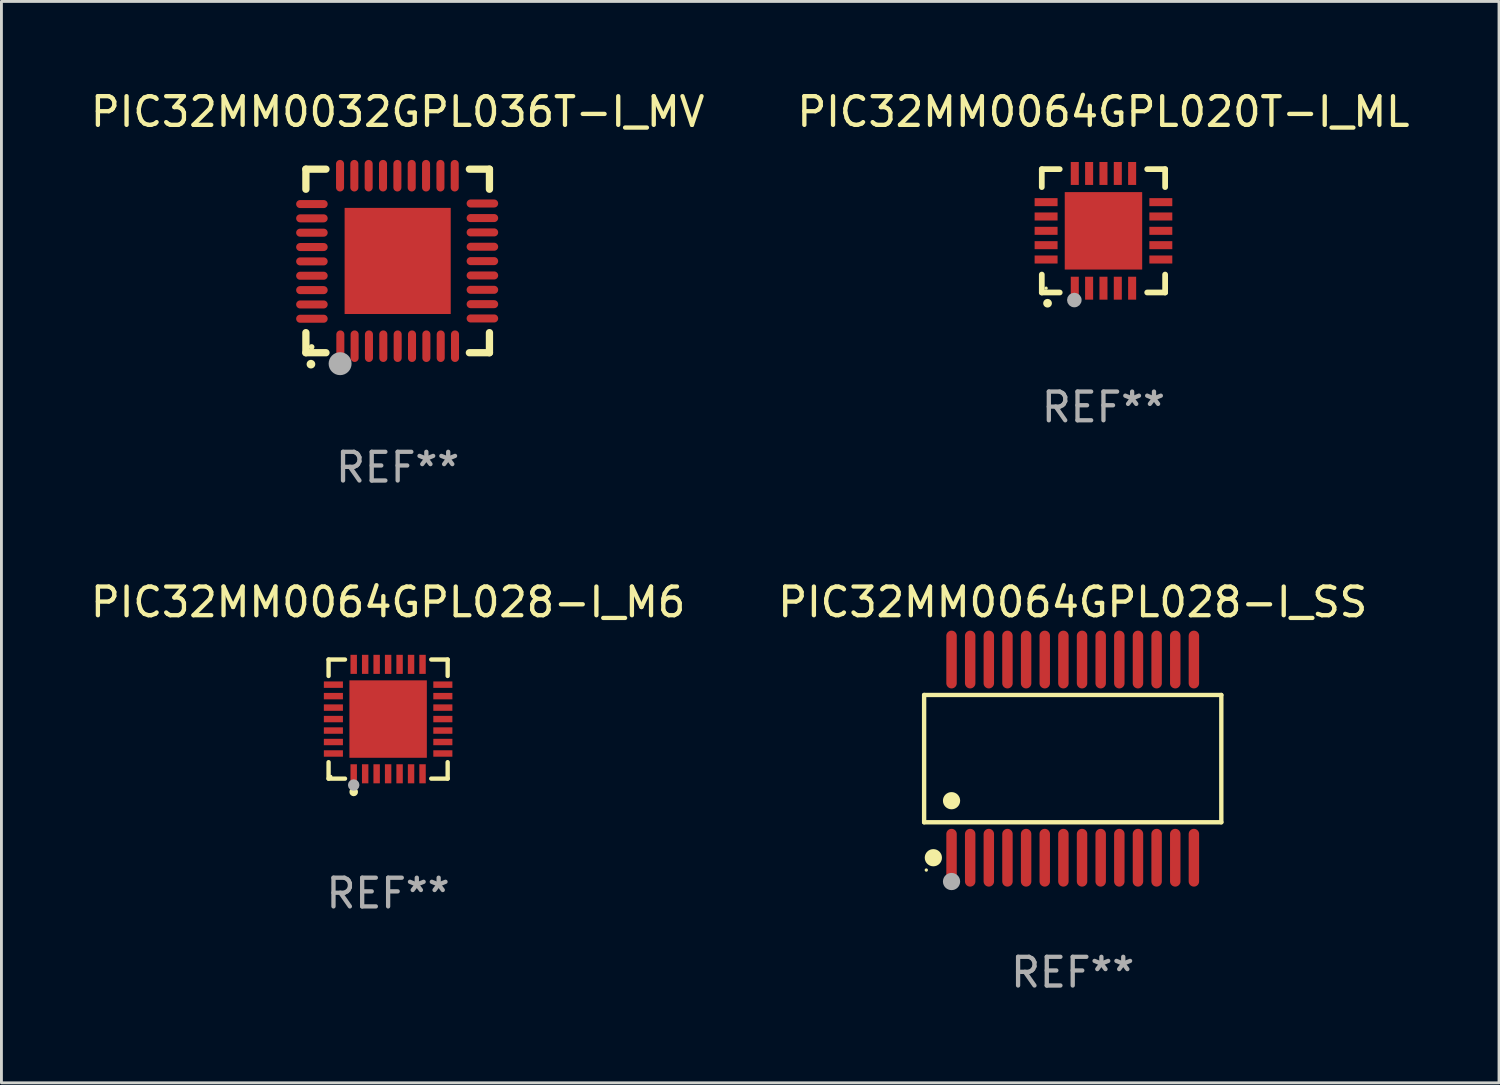
<source format=kicad_pcb>
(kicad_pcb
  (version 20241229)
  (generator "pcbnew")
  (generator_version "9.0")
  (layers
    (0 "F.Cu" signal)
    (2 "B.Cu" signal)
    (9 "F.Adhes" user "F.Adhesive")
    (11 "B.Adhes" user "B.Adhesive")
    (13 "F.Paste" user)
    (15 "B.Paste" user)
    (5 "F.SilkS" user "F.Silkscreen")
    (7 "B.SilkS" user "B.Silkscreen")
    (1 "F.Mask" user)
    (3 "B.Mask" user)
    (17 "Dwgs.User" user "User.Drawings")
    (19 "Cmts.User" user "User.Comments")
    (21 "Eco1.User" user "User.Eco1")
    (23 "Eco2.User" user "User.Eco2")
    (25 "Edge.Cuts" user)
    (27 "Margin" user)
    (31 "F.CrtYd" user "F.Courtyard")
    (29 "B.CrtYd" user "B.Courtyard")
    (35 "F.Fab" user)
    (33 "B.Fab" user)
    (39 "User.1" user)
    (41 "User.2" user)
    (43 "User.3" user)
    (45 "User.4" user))
  (footprint "PIC32MM0032GPL036T-I_MV"
    (layer "F.Cu")
    (at 10.815 6.048)
    (property "Reference" "PIC32MM0032GPL036T-I_MV" (at 0 -5.2 0) (layer "F.SilkS") (effects (font (size 1 1) (thickness 0.15))))
    (attr through_hole)
    (fp_line (start -3.2 -3.2) (end -2.5 -3.2) (stroke (width 0.254) (type solid)) (layer "F.SilkS"))
    (fp_line (start -3.2 -2.5) (end -3.2 -3.2) (stroke (width 0.254) (type solid)) (layer "F.SilkS"))
    (fp_line (start -3.2 3.2) (end -3.2 2.5) (stroke (width 0.254) (type solid)) (layer "F.SilkS"))
    (fp_line (start -2.5 3.2) (end -3.2 3.2) (stroke (width 0.254) (type solid)) (layer "F.SilkS"))
    (fp_line (start 3.2 -3.2) (end 2.5 -3.2) (stroke (width 0.254) (type solid)) (layer "F.SilkS"))
    (fp_line (start 3.2 -2.5) (end 3.2 -3.2) (stroke (width 0.254) (type solid)) (layer "F.SilkS"))
    (fp_line (start 3.2 2.5) (end 3.2 3.2) (stroke (width 0.254) (type solid)) (layer "F.SilkS"))
    (fp_line (start 3.2 3.2) (end 2.5 3.2) (stroke (width 0.254) (type solid)) (layer "F.SilkS"))
    (fp_arc (start -3.025146 3.599187) (mid -3.023876 3.599182) (end -3.022606 3.599187) (stroke (width 0.3) (type solid)) (layer "F.SilkS"))
    (fp_circle (center -3 3) (end -2.95 3) (stroke (width 0.1) (type solid)) (fill no) (layer "F.SilkS"))
    (fp_circle (center -2.007 3.582) (end -1.807 3.582) (stroke (width 0.4) (type solid)) (fill no) (layer "F.Fab"))
    (fp_text user "REF**" (at 0 7.2 0) (layer "F.Fab") (effects (font (size 1 1) (thickness 0.15))))
    (pad "1" smd oval (at -1.999 2.972) (size 0.28 1.1) (layers "F.Cu" "F.Mask" "F.Paste"))
    (pad "2" smd oval (at -1.501 2.972) (size 0.28 1.1) (layers "F.Cu" "F.Mask" "F.Paste"))
    (pad "3" smd oval (at -1.001 2.972) (size 0.28 1.1) (layers "F.Cu" "F.Mask" "F.Paste"))
    (pad "4" smd oval (at -0.501 2.972) (size 0.28 1.1) (layers "F.Cu" "F.Mask" "F.Paste"))
    (pad "5" smd oval (at 0.000102 2.972) (size 0.28 1.1) (layers "F.Cu" "F.Mask" "F.Paste"))
    (pad "6" smd oval (at 0.5 2.972) (size 0.28 1.1) (layers "F.Cu" "F.Mask" "F.Paste"))
    (pad "7" smd oval (at 1.001 2.972) (size 0.28 1.1) (layers "F.Cu" "F.Mask" "F.Paste"))
    (pad "8" smd oval (at 1.501 2.972) (size 0.28 1.1) (layers "F.Cu" "F.Mask" "F.Paste"))
    (pad "9" smd oval (at 1.999 2.972) (size 0.28 1.1) (layers "F.Cu" "F.Mask" "F.Paste"))
    (pad "10" smd oval (at 2.954 2.005) (size 1.1 0.28) (layers "F.Cu" "F.Mask" "F.Paste"))
    (pad "11" smd oval (at 2.954 1.507) (size 1.1 0.28) (layers "F.Cu" "F.Mask" "F.Paste"))
    (pad "12" smd oval (at 2.954 1.006) (size 1.1 0.28) (layers "F.Cu" "F.Mask" "F.Paste"))
    (pad "13" smd oval (at 2.954 0.506) (size 1.1 0.28) (layers "F.Cu" "F.Mask" "F.Paste"))
    (pad "14" smd oval (at 2.954 0.006) (size 1.1 0.28) (layers "F.Cu" "F.Mask" "F.Paste"))
    (pad "15" smd oval (at 2.954 -0.495) (size 1.1 0.28) (layers "F.Cu" "F.Mask" "F.Paste"))
    (pad "16" smd oval (at 2.954 -0.995) (size 1.1 0.28) (layers "F.Cu" "F.Mask" "F.Paste"))
    (pad "17" smd oval (at 2.954 -1.495) (size 1.1 0.28) (layers "F.Cu" "F.Mask" "F.Paste"))
    (pad "18" smd oval (at 2.954 -2.003) (size 1.1 0.28) (layers "F.Cu" "F.Mask" "F.Paste"))
    (pad "19" smd oval (at 1.989 -2.972) (size 0.28 1.1) (layers "F.Cu" "F.Mask" "F.Paste"))
    (pad "20" smd oval (at 1.491 -2.972) (size 0.28 1.1) (layers "F.Cu" "F.Mask" "F.Paste"))
    (pad "21" smd oval (at 0.99 -2.972) (size 0.28 1.1) (layers "F.Cu" "F.Mask" "F.Paste"))
    (pad "22" smd oval (at 0.49 -2.972) (size 0.28 1.1) (layers "F.Cu" "F.Mask" "F.Paste"))
    (pad "23" smd oval (at -0.01 -2.972) (size 0.28 1.1) (layers "F.Cu" "F.Mask" "F.Paste"))
    (pad "24" smd oval (at -0.511 -2.972) (size 0.28 1.1) (layers "F.Cu" "F.Mask" "F.Paste"))
    (pad "25" smd oval (at -1.011 -2.972) (size 0.28 1.1) (layers "F.Cu" "F.Mask" "F.Paste"))
    (pad "26" smd oval (at -1.511 -2.972) (size 0.28 1.1) (layers "F.Cu" "F.Mask" "F.Paste"))
    (pad "27" smd oval (at -2.009 -2.972) (size 0.28 1.1) (layers "F.Cu" "F.Mask" "F.Paste"))
    (pad "28" smd oval (at -2.99 -1.983) (size 1.1 0.28) (layers "F.Cu" "F.Mask" "F.Paste"))
    (pad "29" smd oval (at -2.99 -1.485) (size 1.1 0.28) (layers "F.Cu" "F.Mask" "F.Paste"))
    (pad "30" smd oval (at -2.99 -0.985) (size 1.1 0.28) (layers "F.Cu" "F.Mask" "F.Paste"))
    (pad "31" smd oval (at -2.99 -0.485) (size 1.1 0.28) (layers "F.Cu" "F.Mask" "F.Paste"))
    (pad "32" smd oval (at -2.99 0.016) (size 1.1 0.28) (layers "F.Cu" "F.Mask" "F.Paste"))
    (pad "33" smd oval (at -2.99 0.516) (size 1.1 0.28) (layers "F.Cu" "F.Mask" "F.Paste"))
    (pad "34" smd oval (at -2.99 1.017) (size 1.1 0.28) (layers "F.Cu" "F.Mask" "F.Paste"))
    (pad "35" smd oval (at -2.99 1.517) (size 1.1 0.28) (layers "F.Cu" "F.Mask" "F.Paste"))
    (pad "36" smd oval (at -2.99 2.015) (size 1.1 0.28) (layers "F.Cu" "F.Mask" "F.Paste"))
    (pad "37" smd rect (at 0.000102 0.000102) (size 3.7 3.7) (layers "F.Cu" "F.Mask" "F.Paste")))
  (footprint "PIC32MM0064GPL028-I_SS"
    (layer "F.Cu")
    (at 34.351 23.4)
    (property "Reference" "PIC32MM0064GPL028-I_SS" (at 0 -5.455 0) (layer "F.SilkS") (effects (font (size 1 1) (thickness 0.15))))
    (attr through_hole)
    (fp_line (start -5.181 -2.219) (end 5.181 -2.219) (stroke (width 0.152) (type solid)) (layer "F.SilkS"))
    (fp_line (start -5.181 2.219) (end -5.181 -2.219) (stroke (width 0.152) (type solid)) (layer "F.SilkS"))
    (fp_line (start 5.181 -2.219) (end 5.181 2.219) (stroke (width 0.152) (type solid)) (layer "F.SilkS"))
    (fp_line (start 5.181 2.219) (end -5.181 2.219) (stroke (width 0.152) (type solid)) (layer "F.SilkS"))
    (fp_circle (center -5.105 3.885) (end -5.075 3.885) (stroke (width 0.06) (type solid)) (fill no) (layer "F.SilkS"))
    (fp_circle (center -4.859 3.455) (end -4.709 3.455) (stroke (width 0.3) (type solid)) (fill no) (layer "F.SilkS"))
    (fp_circle (center -4.225 1.467) (end -4.075 1.467) (stroke (width 0.3) (type solid)) (fill no) (layer "F.SilkS"))
    (fp_circle (center -4.225 4.285) (end -4.075 4.285) (stroke (width 0.3) (type solid)) (fill no) (layer "F.Fab"))
    (fp_text user "REF**" (at 0 7.455 0) (layer "F.Fab") (effects (font (size 1 1) (thickness 0.15))))
    (pad "1" smd oval (at -4.225 3.455) (size 0.364 2.015) (layers "F.Cu" "F.Mask" "F.Paste"))
    (pad "2" smd oval (at -3.575 3.455) (size 0.364 2.015) (layers "F.Cu" "F.Mask" "F.Paste"))
    (pad "3" smd oval (at -2.925 3.455) (size 0.364 2.015) (layers "F.Cu" "F.Mask" "F.Paste"))
    (pad "4" smd oval (at -2.275 3.455) (size 0.364 2.015) (layers "F.Cu" "F.Mask" "F.Paste"))
    (pad "5" smd oval (at -1.625 3.455) (size 0.364 2.015) (layers "F.Cu" "F.Mask" "F.Paste"))
    (pad "6" smd oval (at -0.975 3.455) (size 0.364 2.015) (layers "F.Cu" "F.Mask" "F.Paste"))
    (pad "7" smd oval (at -0.325 3.455) (size 0.364 2.015) (layers "F.Cu" "F.Mask" "F.Paste"))
    (pad "8" smd oval (at 0.325 3.455) (size 0.364 2.015) (layers "F.Cu" "F.Mask" "F.Paste"))
    (pad "9" smd oval (at 0.975 3.455) (size 0.364 2.015) (layers "F.Cu" "F.Mask" "F.Paste"))
    (pad "10" smd oval (at 1.625 3.455) (size 0.364 2.015) (layers "F.Cu" "F.Mask" "F.Paste"))
    (pad "11" smd oval (at 2.275 3.455) (size 0.364 2.015) (layers "F.Cu" "F.Mask" "F.Paste"))
    (pad "12" smd oval (at 2.925 3.455) (size 0.364 2.015) (layers "F.Cu" "F.Mask" "F.Paste"))
    (pad "13" smd oval (at 3.575 3.455) (size 0.364 2.015) (layers "F.Cu" "F.Mask" "F.Paste"))
    (pad "14" smd oval (at 4.225 3.455) (size 0.364 2.015) (layers "F.Cu" "F.Mask" "F.Paste"))
    (pad "15" smd oval (at 4.225 -3.455) (size 0.364 2.015) (layers "F.Cu" "F.Mask" "F.Paste"))
    (pad "16" smd oval (at 3.575 -3.455) (size 0.364 2.015) (layers "F.Cu" "F.Mask" "F.Paste"))
    (pad "17" smd oval (at 2.925 -3.455) (size 0.364 2.015) (layers "F.Cu" "F.Mask" "F.Paste"))
    (pad "18" smd oval (at 2.275 -3.455) (size 0.364 2.015) (layers "F.Cu" "F.Mask" "F.Paste"))
    (pad "19" smd oval (at 1.625 -3.455) (size 0.364 2.015) (layers "F.Cu" "F.Mask" "F.Paste"))
    (pad "20" smd oval (at 0.975 -3.455) (size 0.364 2.015) (layers "F.Cu" "F.Mask" "F.Paste"))
    (pad "21" smd oval (at 0.325 -3.455) (size 0.364 2.015) (layers "F.Cu" "F.Mask" "F.Paste"))
    (pad "22" smd oval (at -0.325 -3.455) (size 0.364 2.015) (layers "F.Cu" "F.Mask" "F.Paste"))
    (pad "23" smd oval (at -0.975 -3.455) (size 0.364 2.015) (layers "F.Cu" "F.Mask" "F.Paste"))
    (pad "24" smd oval (at -1.625 -3.455) (size 0.364 2.015) (layers "F.Cu" "F.Mask" "F.Paste"))
    (pad "25" smd oval (at -2.275 -3.455) (size 0.364 2.015) (layers "F.Cu" "F.Mask" "F.Paste"))
    (pad "26" smd oval (at -2.925 -3.455) (size 0.364 2.015) (layers "F.Cu" "F.Mask" "F.Paste"))
    (pad "27" smd oval (at -3.575 -3.455) (size 0.364 2.015) (layers "F.Cu" "F.Mask" "F.Paste"))
    (pad "28" smd oval (at -4.225 -3.455) (size 0.364 2.015) (layers "F.Cu" "F.Mask" "F.Paste")))
  (footprint "PIC32MM0064GPL020T-I_ML"
    (layer "F.Cu")
    (at 35.423 4.998)
    (property "Reference" "PIC32MM0064GPL020T-I_ML" (at 0 -4.15 0) (layer "F.SilkS") (effects (font (size 1 1) (thickness 0.15))))
    (attr through_hole)
    (fp_line (start -2.15 -2.15) (end -2.15 -1.525) (stroke (width 0.2) (type solid)) (layer "F.SilkS"))
    (fp_line (start -2.15 2.15) (end -2.15 1.525) (stroke (width 0.2) (type solid)) (layer "F.SilkS"))
    (fp_line (start -1.525 -2.15) (end -2.15 -2.15) (stroke (width 0.2) (type solid)) (layer "F.SilkS"))
    (fp_line (start -1.525 2.15) (end -2.15 2.15) (stroke (width 0.2) (type solid)) (layer "F.SilkS"))
    (fp_line (start 1.525 2.15) (end 2.15 2.15) (stroke (width 0.2) (type solid)) (layer "F.SilkS"))
    (fp_line (start 2.15 -2.15) (end 1.525 -2.15) (stroke (width 0.2) (type solid)) (layer "F.SilkS"))
    (fp_line (start 2.15 -1.525) (end 2.15 -2.15) (stroke (width 0.2) (type solid)) (layer "F.SilkS"))
    (fp_line (start 2.15 2.15) (end 2.15 1.525) (stroke (width 0.2) (type solid)) (layer "F.SilkS"))
    (fp_arc (start -1.950724 2.524765) (mid -1.949454 2.52476) (end -1.948184 2.524765) (stroke (width 0.3) (type solid)) (layer "F.SilkS"))
    (fp_circle (center -2 2) (end -1.97 2) (stroke (width 0.06) (type solid)) (fill no) (layer "F.SilkS"))
    (fp_circle (center -1.016 2.413) (end -0.889 2.413) (stroke (width 0.254) (type solid)) (fill no) (layer "F.Fab"))
    (fp_text user "REF**" (at 0 6.15 0) (layer "F.Fab") (effects (font (size 1 1) (thickness 0.15))))
    (pad "1" smd rect (at -1 2) (size 0.28 0.8) (layers "F.Cu" "F.Mask" "F.Paste"))
    (pad "2" smd rect (at -0.5 2) (size 0.28 0.8) (layers "F.Cu" "F.Mask" "F.Paste"))
    (pad "3" smd rect (at 0 2) (size 0.28 0.8) (layers "F.Cu" "F.Mask" "F.Paste"))
    (pad "4" smd rect (at 0.5 2) (size 0.28 0.8) (layers "F.Cu" "F.Mask" "F.Paste"))
    (pad "5" smd rect (at 1 2) (size 0.28 0.8) (layers "F.Cu" "F.Mask" "F.Paste"))
    (pad "6" smd rect (at 2 1) (size 0.8 0.28) (layers "F.Cu" "F.Mask" "F.Paste"))
    (pad "7" smd rect (at 2 0.5) (size 0.8 0.28) (layers "F.Cu" "F.Mask" "F.Paste"))
    (pad "8" smd rect (at 2 0) (size 0.8 0.28) (layers "F.Cu" "F.Mask" "F.Paste"))
    (pad "9" smd rect (at 2 -0.5) (size 0.8 0.28) (layers "F.Cu" "F.Mask" "F.Paste"))
    (pad "10" smd rect (at 2 -1) (size 0.8 0.28) (layers "F.Cu" "F.Mask" "F.Paste"))
    (pad "11" smd rect (at 1 -2) (size 0.28 0.8) (layers "F.Cu" "F.Mask" "F.Paste"))
    (pad "12" smd rect (at 0.5 -2) (size 0.28 0.8) (layers "F.Cu" "F.Mask" "F.Paste"))
    (pad "13" smd rect (at 0 -2) (size 0.28 0.8) (layers "F.Cu" "F.Mask" "F.Paste"))
    (pad "14" smd rect (at -0.5 -2) (size 0.28 0.8) (layers "F.Cu" "F.Mask" "F.Paste"))
    (pad "15" smd rect (at -1 -2) (size 0.28 0.8) (layers "F.Cu" "F.Mask" "F.Paste"))
    (pad "16" smd rect (at -2 -1) (size 0.8 0.28) (layers "F.Cu" "F.Mask" "F.Paste"))
    (pad "17" smd rect (at -2 -0.5) (size 0.8 0.28) (layers "F.Cu" "F.Mask" "F.Paste"))
    (pad "18" smd rect (at -2 0) (size 0.8 0.28) (layers "F.Cu" "F.Mask" "F.Paste"))
    (pad "19" smd rect (at -2 0.5) (size 0.8 0.28) (layers "F.Cu" "F.Mask" "F.Paste"))
    (pad "20" smd rect (at -2 1) (size 0.8 0.28) (layers "F.Cu" "F.Mask" "F.Paste"))
    (pad "21" smd rect (at 0 0) (size 2.7 2.7) (layers "F.Cu" "F.Mask" "F.Paste")))
  (footprint "PIC32MM0064GPL028-I_M6"
    (layer "F.Cu")
    (at 10.482 22.021)
    (property "Reference" "PIC32MM0064GPL028-I_M6" (at 0 -4.076 0) (layer "F.SilkS") (effects (font (size 1 1) (thickness 0.15))))
    (attr through_hole)
    (fp_line (start -2.076 -2.076) (end -1.503 -2.076) (stroke (width 0.152) (type solid)) (layer "F.SilkS"))
    (fp_line (start -2.076 -1.503) (end -2.076 -2.076) (stroke (width 0.152) (type solid)) (layer "F.SilkS"))
    (fp_line (start -2.076 1.503) (end -2.076 2.076) (stroke (width 0.152) (type solid)) (layer "F.SilkS"))
    (fp_line (start -2.076 2.076) (end -1.503 2.076) (stroke (width 0.152) (type solid)) (layer "F.SilkS"))
    (fp_line (start 2.076 -2.076) (end 1.503 -2.076) (stroke (width 0.152) (type solid)) (layer "F.SilkS"))
    (fp_line (start 2.076 -1.503) (end 2.076 -2.076) (stroke (width 0.152) (type solid)) (layer "F.SilkS"))
    (fp_line (start 2.076 1.503) (end 2.076 2.076) (stroke (width 0.152) (type solid)) (layer "F.SilkS"))
    (fp_line (start 2.076 2.076) (end 1.503 2.076) (stroke (width 0.152) (type solid)) (layer "F.SilkS"))
    (fp_circle (center -2 2) (end -1.97 2) (stroke (width 0.06) (type solid)) (fill no) (layer "F.SilkS"))
    (fp_circle (center -1.2 2.54) (end -1.125 2.54) (stroke (width 0.15) (type solid)) (fill no) (layer "F.SilkS"))
    (fp_circle (center -1.2 2.3) (end -1.1 2.3) (stroke (width 0.2) (type solid)) (fill no) (layer "F.Fab"))
    (fp_text user "REF**" (at 0 6.076 0) (layer "F.Fab") (effects (font (size 1 1) (thickness 0.15))))
    (pad "1" smd rect (at -1.2 1.908) (size 0.224 0.665) (layers "F.Cu" "F.Mask" "F.Paste"))
    (pad "2" smd rect (at -0.8 1.908) (size 0.224 0.665) (layers "F.Cu" "F.Mask" "F.Paste"))
    (pad "3" smd rect (at -0.4 1.908) (size 0.224 0.665) (layers "F.Cu" "F.Mask" "F.Paste"))
    (pad "4" smd rect (at 0 1.908) (size 0.224 0.665) (layers "F.Cu" "F.Mask" "F.Paste"))
    (pad "5" smd rect (at 0.4 1.908) (size 0.224 0.665) (layers "F.Cu" "F.Mask" "F.Paste"))
    (pad "6" smd rect (at 0.8 1.908) (size 0.224 0.665) (layers "F.Cu" "F.Mask" "F.Paste"))
    (pad "7" smd rect (at 1.2 1.908) (size 0.224 0.665) (layers "F.Cu" "F.Mask" "F.Paste"))
    (pad "8" smd rect (at 1.908 1.2) (size 0.665 0.224) (layers "F.Cu" "F.Mask" "F.Paste"))
    (pad "9" smd rect (at 1.908 0.8) (size 0.665 0.224) (layers "F.Cu" "F.Mask" "F.Paste"))
    (pad "10" smd rect (at 1.908 0.4) (size 0.665 0.224) (layers "F.Cu" "F.Mask" "F.Paste"))
    (pad "11" smd rect (at 1.908 0) (size 0.665 0.224) (layers "F.Cu" "F.Mask" "F.Paste"))
    (pad "12" smd rect (at 1.908 -0.4) (size 0.665 0.224) (layers "F.Cu" "F.Mask" "F.Paste"))
    (pad "13" smd rect (at 1.908 -0.8) (size 0.665 0.224) (layers "F.Cu" "F.Mask" "F.Paste"))
    (pad "14" smd rect (at 1.908 -1.2) (size 0.665 0.224) (layers "F.Cu" "F.Mask" "F.Paste"))
    (pad "15" smd rect (at 1.2 -1.908) (size 0.224 0.665) (layers "F.Cu" "F.Mask" "F.Paste"))
    (pad "16" smd rect (at 0.8 -1.908) (size 0.224 0.665) (layers "F.Cu" "F.Mask" "F.Paste"))
    (pad "17" smd rect (at 0.4 -1.908) (size 0.224 0.665) (layers "F.Cu" "F.Mask" "F.Paste"))
    (pad "18" smd rect (at 0 -1.908) (size 0.224 0.665) (layers "F.Cu" "F.Mask" "F.Paste"))
    (pad "19" smd rect (at -0.4 -1.908) (size 0.224 0.665) (layers "F.Cu" "F.Mask" "F.Paste"))
    (pad "20" smd rect (at -0.8 -1.908) (size 0.224 0.665) (layers "F.Cu" "F.Mask" "F.Paste"))
    (pad "21" smd rect (at -1.2 -1.908) (size 0.224 0.665) (layers "F.Cu" "F.Mask" "F.Paste"))
    (pad "22" smd rect (at -1.908 -1.2) (size 0.665 0.224) (layers "F.Cu" "F.Mask" "F.Paste"))
    (pad "23" smd rect (at -1.908 -0.8) (size 0.665 0.224) (layers "F.Cu" "F.Mask" "F.Paste"))
    (pad "24" smd rect (at -1.908 -0.4) (size 0.665 0.224) (layers "F.Cu" "F.Mask" "F.Paste"))
    (pad "25" smd rect (at -1.908 0) (size 0.665 0.224) (layers "F.Cu" "F.Mask" "F.Paste"))
    (pad "26" smd rect (at -1.908 0.4) (size 0.665 0.224) (layers "F.Cu" "F.Mask" "F.Paste"))
    (pad "27" smd rect (at -1.908 0.8) (size 0.665 0.224) (layers "F.Cu" "F.Mask" "F.Paste"))
    (pad "28" smd rect (at -1.908 1.2) (size 0.665 0.224) (layers "F.Cu" "F.Mask" "F.Paste"))
    (pad "29" smd rect (at 0 0) (size 2.7 2.7) (layers "F.Cu" "F.Mask" "F.Paste")))
  (gr_rect
    (start -3 -3)
    (end 49.214 34.703)
    (stroke (width 0.1) (type default))
    (fill no)
    (layer "Edge.Cuts")))
</source>
